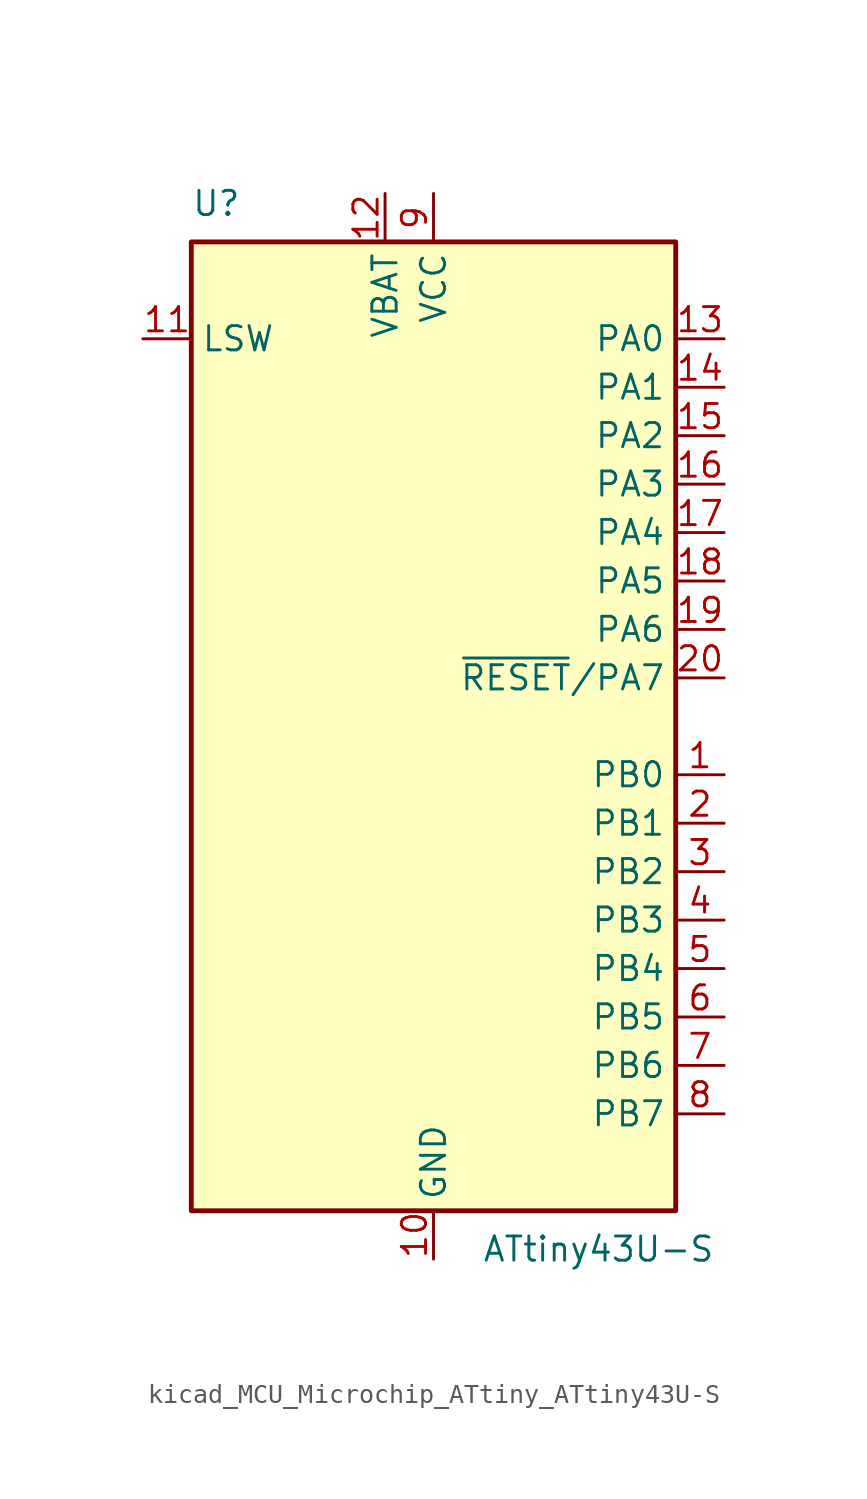
<source format=kicad_sym>
(kicad_symbol_lib
  (version 20220914)
  (generator kicad_symbol_editor)
  (symbol "kicad_MCU_Microchip_ATtiny_ATtiny43U-S"
    (property "Reference" "U"
      (at -12.7 26.67 0)
      (effects (font (size 1.27 1.27)) (justify left bottom)))
    (property "Value" "ATtiny43U-S"
      (at 2.54 -26.67 0)
      (effects (font (size 1.27 1.27)) (justify left top)))
    (symbol "kicad_MCU_Microchip_ATtiny_ATtiny43U-S_0_1"
      (rectangle (start -12.7 -25.4) (end 12.7 25.4) (stroke (width 0.254) (type default)) (fill (type background))))
    (symbol "kicad_MCU_Microchip_ATtiny_ATtiny43U-S_1_1"
      (pin bidirectional line (at 15.24 -2.54 180) (length 2.54) (name "PB0" (effects (font (size 1.27 1.27)))) (number "1" (effects (font (size 1.27 1.27)))))
      (pin power_in line (at 0 -27.94 90) (length 2.54) (name "GND" (effects (font (size 1.27 1.27)))) (number "10" (effects (font (size 1.27 1.27)))))
      (pin passive line (at -15.24 20.32 0) (length 2.54) (name "LSW" (effects (font (size 1.27 1.27)))) (number "11" (effects (font (size 1.27 1.27)))))
      (pin power_in line (at -2.54 27.94 270) (length 2.54) (name "VBAT" (effects (font (size 1.27 1.27)))) (number "12" (effects (font (size 1.27 1.27)))))
      (pin bidirectional line (at 15.24 20.32 180) (length 2.54) (name "PA0" (effects (font (size 1.27 1.27)))) (number "13" (effects (font (size 1.27 1.27)))))
      (pin bidirectional line (at 15.24 17.78 180) (length 2.54) (name "PA1" (effects (font (size 1.27 1.27)))) (number "14" (effects (font (size 1.27 1.27)))))
      (pin bidirectional line (at 15.24 15.24 180) (length 2.54) (name "PA2" (effects (font (size 1.27 1.27)))) (number "15" (effects (font (size 1.27 1.27)))))
      (pin bidirectional line (at 15.24 12.7 180) (length 2.54) (name "PA3" (effects (font (size 1.27 1.27)))) (number "16" (effects (font (size 1.27 1.27)))))
      (pin bidirectional line (at 15.24 10.16 180) (length 2.54) (name "PA4" (effects (font (size 1.27 1.27)))) (number "17" (effects (font (size 1.27 1.27)))))
      (pin bidirectional line (at 15.24 7.62 180) (length 2.54) (name "PA5" (effects (font (size 1.27 1.27)))) (number "18" (effects (font (size 1.27 1.27)))))
      (pin bidirectional line (at 15.24 5.08 180) (length 2.54) (name "PA6" (effects (font (size 1.27 1.27)))) (number "19" (effects (font (size 1.27 1.27)))))
      (pin bidirectional line (at 15.24 -5.08 180) (length 2.54) (name "PB1" (effects (font (size 1.27 1.27)))) (number "2" (effects (font (size 1.27 1.27)))))
      (pin bidirectional line (at 15.24 2.54 180) (length 2.54) (name "~{RESET}/PA7" (effects (font (size 1.27 1.27)))) (number "20" (effects (font (size 1.27 1.27)))))
      (pin bidirectional line (at 15.24 -7.62 180) (length 2.54) (name "PB2" (effects (font (size 1.27 1.27)))) (number "3" (effects (font (size 1.27 1.27)))))
      (pin bidirectional line (at 15.24 -10.16 180) (length 2.54) (name "PB3" (effects (font (size 1.27 1.27)))) (number "4" (effects (font (size 1.27 1.27)))))
      (pin bidirectional line (at 15.24 -12.7 180) (length 2.54) (name "PB4" (effects (font (size 1.27 1.27)))) (number "5" (effects (font (size 1.27 1.27)))))
      (pin bidirectional line (at 15.24 -15.24 180) (length 2.54) (name "PB5" (effects (font (size 1.27 1.27)))) (number "6" (effects (font (size 1.27 1.27)))))
      (pin bidirectional line (at 15.24 -17.78 180) (length 2.54) (name "PB6" (effects (font (size 1.27 1.27)))) (number "7" (effects (font (size 1.27 1.27)))))
      (pin bidirectional line (at 15.24 -20.32 180) (length 2.54) (name "PB7" (effects (font (size 1.27 1.27)))) (number "8" (effects (font (size 1.27 1.27)))))
      (pin power_in line (at 0 27.94 270) (length 2.54) (name "VCC" (effects (font (size 1.27 1.27)))) (number "9" (effects (font (size 1.27 1.27))))))))
</source>
